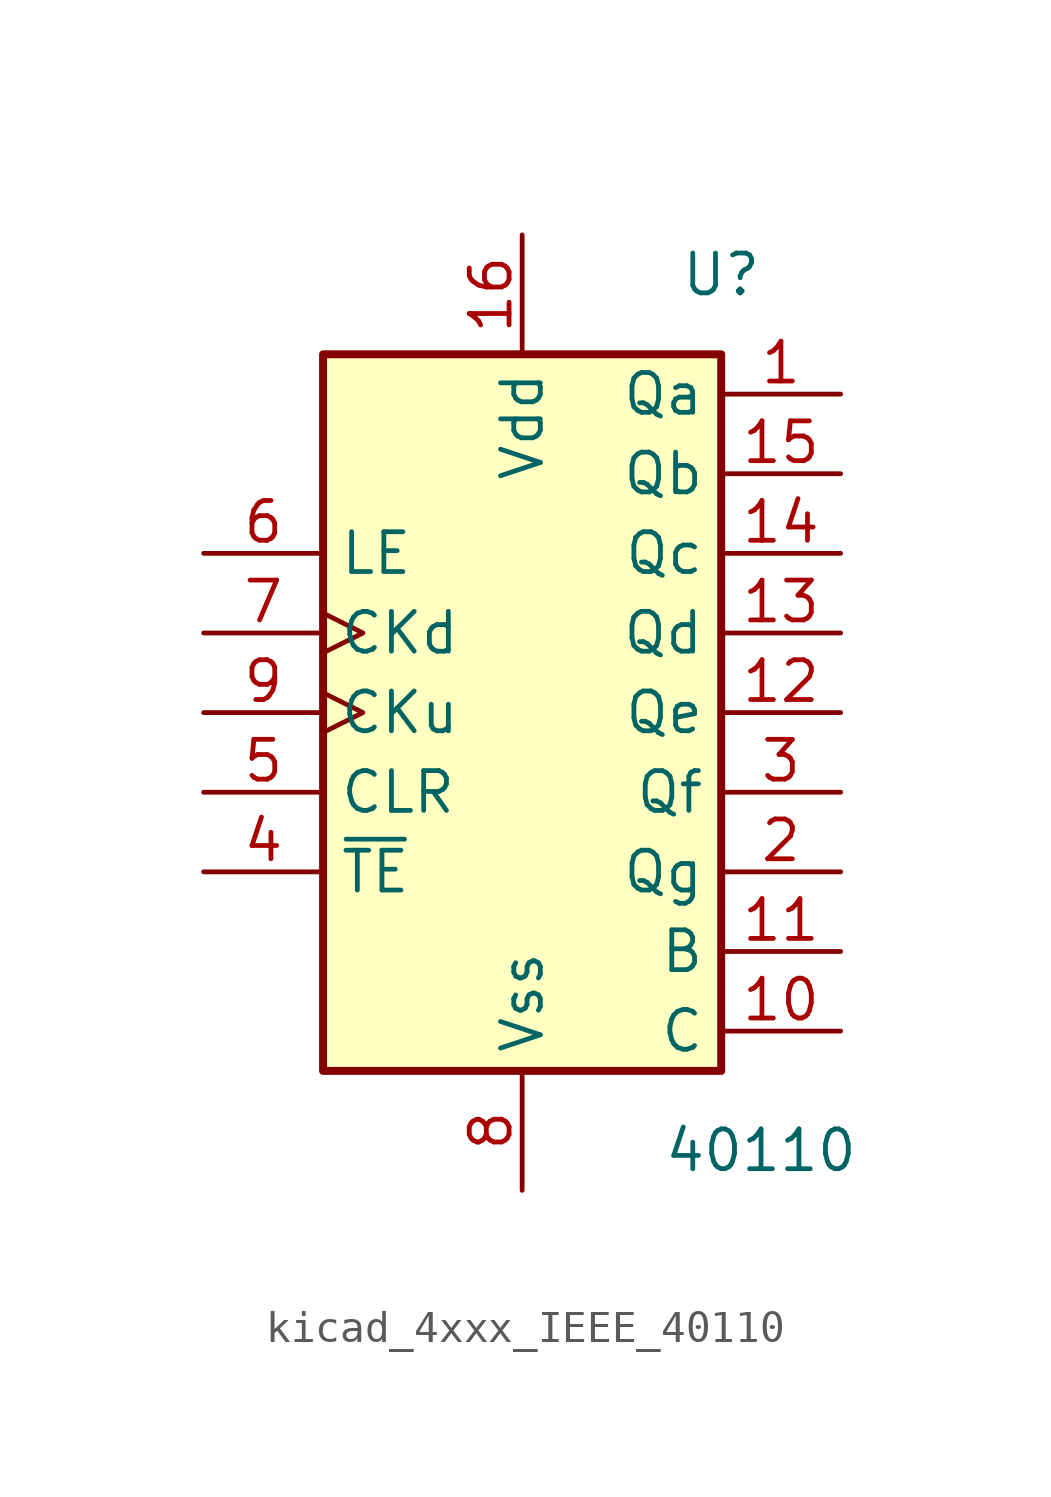
<source format=kicad_sym>
(kicad_symbol_lib
  (version 20220914)
  (generator kicad_symbol_editor)
  (symbol "kicad_4xxx_IEEE_40110"
    (property "Reference" "U"
      (at 6.35 13.97 0)
      (effects (font (size 1.27 1.27))))
    (property "Value" "40110"
      (at 7.62 -13.97 0)
      (effects (font (size 1.27 1.27))))
    (symbol "kicad_4xxx_IEEE_40110_0_1"
      (rectangle (start -6.35 11.43) (end 6.35 -11.43) (stroke (width 0.254) (type default)) (fill (type background))))
    (symbol "kicad_4xxx_IEEE_40110_1_1"
      (pin output line (at 10.16 10.16 180) (length 3.81) (name "Qa" (effects (font (size 1.27 1.27)))) (number "1" (effects (font (size 1.27 1.27)))))
      (pin output line (at 10.16 -10.16 180) (length 3.81) (name "C" (effects (font (size 1.27 1.27)))) (number "10" (effects (font (size 1.27 1.27)))))
      (pin output line (at 10.16 -7.62 180) (length 3.81) (name "B" (effects (font (size 1.27 1.27)))) (number "11" (effects (font (size 1.27 1.27)))))
      (pin output line (at 10.16 0 180) (length 3.81) (name "Qe" (effects (font (size 1.27 1.27)))) (number "12" (effects (font (size 1.27 1.27)))))
      (pin output line (at 10.16 2.54 180) (length 3.81) (name "Qd" (effects (font (size 1.27 1.27)))) (number "13" (effects (font (size 1.27 1.27)))))
      (pin output line (at 10.16 5.08 180) (length 3.81) (name "Qc" (effects (font (size 1.27 1.27)))) (number "14" (effects (font (size 1.27 1.27)))))
      (pin output line (at 10.16 7.62 180) (length 3.81) (name "Qb" (effects (font (size 1.27 1.27)))) (number "15" (effects (font (size 1.27 1.27)))))
      (pin power_in line (at 0 15.24 270) (length 3.81) (name "Vdd" (effects (font (size 1.27 1.27)))) (number "16" (effects (font (size 1.27 1.27)))))
      (pin output line (at 10.16 -5.08 180) (length 3.81) (name "Qg" (effects (font (size 1.27 1.27)))) (number "2" (effects (font (size 1.27 1.27)))))
      (pin output line (at 10.16 -2.54 180) (length 3.81) (name "Qf" (effects (font (size 1.27 1.27)))) (number "3" (effects (font (size 1.27 1.27)))))
      (pin input line (at -10.16 -5.08 0) (length 3.81) (name "~{TE}" (effects (font (size 1.27 1.27)))) (number "4" (effects (font (size 1.27 1.27)))))
      (pin input line (at -10.16 -2.54 0) (length 3.81) (name "CLR" (effects (font (size 1.27 1.27)))) (number "5" (effects (font (size 1.27 1.27)))))
      (pin input line (at -10.16 5.08 0) (length 3.81) (name "LE" (effects (font (size 1.27 1.27)))) (number "6" (effects (font (size 1.27 1.27)))))
      (pin input clock (at -10.16 2.54 0) (length 3.81) (name "CKd" (effects (font (size 1.27 1.27)))) (number "7" (effects (font (size 1.27 1.27)))))
      (pin power_in line (at 0 -15.24 90) (length 3.81) (name "Vss" (effects (font (size 1.27 1.27)))) (number "8" (effects (font (size 1.27 1.27)))))
      (pin input clock (at -10.16 0 0) (length 3.81) (name "CKu" (effects (font (size 1.27 1.27)))) (number "9" (effects (font (size 1.27 1.27))))))))
</source>
